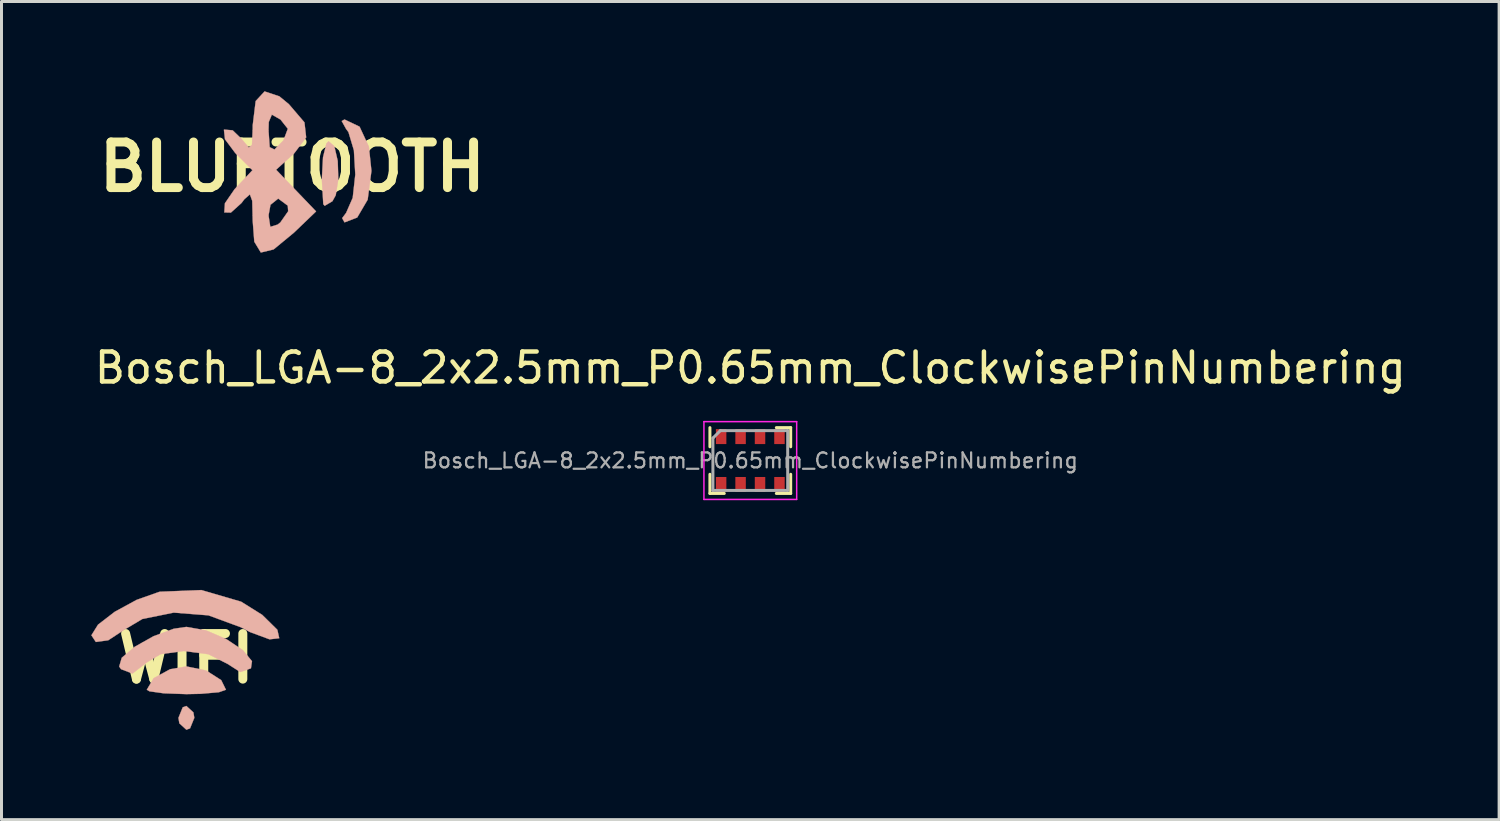
<source format=kicad_pcb>
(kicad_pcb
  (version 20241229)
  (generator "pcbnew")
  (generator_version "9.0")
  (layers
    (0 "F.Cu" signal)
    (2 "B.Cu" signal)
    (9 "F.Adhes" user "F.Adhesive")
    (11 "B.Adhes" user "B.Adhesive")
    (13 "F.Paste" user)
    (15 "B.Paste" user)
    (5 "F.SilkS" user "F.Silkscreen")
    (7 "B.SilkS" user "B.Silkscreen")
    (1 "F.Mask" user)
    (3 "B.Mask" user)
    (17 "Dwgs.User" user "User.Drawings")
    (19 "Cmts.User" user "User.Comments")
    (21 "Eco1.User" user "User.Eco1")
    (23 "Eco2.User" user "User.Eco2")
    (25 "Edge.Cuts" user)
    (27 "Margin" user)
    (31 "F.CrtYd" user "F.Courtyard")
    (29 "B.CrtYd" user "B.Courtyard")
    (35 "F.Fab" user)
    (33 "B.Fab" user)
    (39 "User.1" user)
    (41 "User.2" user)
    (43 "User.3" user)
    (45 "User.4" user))
  (footprint "BLUETOOTH"
    (layer "F.Cu")
    (at 6.72 2.531)
    (property "Reference" "BLUETOOTH" (at 0 0 0) (layer "F.SilkS") (effects (font (size 1.524 1.524) (thickness 0.3))))
    (attr through_hole)
    (fp_poly (pts (xy 1.406 -0.693) (xy 1.519 -0.203) (xy 1.539 0.41) (xy 1.453 0.943) (xy 1.342 1.145) (xy 1.084 1.298) (xy 1.036 1.244) (xy 0.988 0.413) (xy 1.027 -0.322) (xy 1.14 -0.786) (xy 1.213 -0.86) (xy 1.406 -0.693)) (stroke (width 0.01) (type solid)) (fill yes) (layer "B.SilkS"))
    (fp_poly (pts (xy 2.249 -1.347) (xy 2.561 -0.677) (xy 2.646 0.132) (xy 2.52 1.093) (xy 2.17 1.69) (xy 1.746 1.852) (xy 1.667 1.71) (xy 1.799 1.535) (xy 2.02 1.031) (xy 2.106 0.254) (xy 2.059 -0.558) (xy 1.877 -1.166) (xy 1.799 -1.27) (xy 1.652 -1.535) (xy 1.746 -1.587) (xy 2.249 -1.347)) (stroke (width 0.01) (type solid)) (fill yes) (layer "B.SilkS"))
    (fp_poly (pts (xy -0.43 -2.36) (xy -0.113 -2.098) (xy 0.407 -1.49) (xy 0.464 -0.988) (xy 0.068 -0.46) (xy -0.005 -0.392) (xy -0.54 0.092) (xy 0.128 0.789) (xy 0.796 1.486) (xy 0.053 2.198) (xy -0.624 2.756) (xy -1.051 2.86) (xy -1.27 2.498) (xy -1.323 1.802) (xy -1.327 1.62) (xy -0.794 1.62) (xy -0.735 2.002) (xy -0.488 1.925) (xy -0.4 1.855) (xy -0.138 1.482) (xy -0.151 1.293) (xy -0.47 1.057) (xy -0.729 1.265) (xy -0.794 1.62) (xy -1.327 1.62) (xy -1.339 1.132) (xy -1.417 0.917) (xy -1.605 1.082) (xy -1.698 1.206) (xy -2.052 1.525) (xy -2.272 1.52) (xy -2.252 1.214) (xy -1.929 0.744) (xy -1.902 0.715) (xy -1.332 0.108) (xy -1.908 -0.468) (xy -2.25 -0.926) (xy -2.285 -1.242) (xy -2.279 -1.249) (xy -1.992 -1.225) (xy -1.698 -0.941) (xy -1.453 -0.651) (xy -1.347 -0.741) (xy -1.326 -1.223) (xy -0.794 -1.223) (xy -0.755 -0.662) (xy -0.596 -0.584) (xy -0.294 -0.891) (xy -0.15 -1.277) (xy -0.394 -1.585) (xy -0.683 -1.749) (xy -0.786 -1.503) (xy -0.794 -1.223) (xy -1.326 -1.223) (xy -1.323 -1.282) (xy -1.323 -1.389) (xy -1.224 -2.203) (xy -0.926 -2.526) (xy -0.43 -2.36)) (stroke (width 0.01) (type solid)) (fill yes) (layer "B.SilkS")))
  (footprint "Bosch_LGA-8_2x2.5mm_P0.65mm_ClockwisePinNumbering"
    (layer "F.Cu")
    (at 22.03 12.344)
    (property "Reference" "Bosch_LGA-8_2x2.5mm_P0.65mm_ClockwisePinNumbering" (at 0 -3.1 0) (layer "F.SilkS") (effects (font (size 1 1) (thickness 0.15))))
    (attr smd)
    (fp_line (start -1.35 -0.46) (end -1.35 -1.1) (stroke (width 0.1) (type solid)) (layer "F.SilkS"))
    (fp_line (start -1.35 1.1) (end -1.35 0.46) (stroke (width 0.1) (type solid)) (layer "F.SilkS"))
    (fp_line (start -1.35 1.1) (end -0.87 1.1) (stroke (width 0.1) (type solid)) (layer "F.SilkS"))
    (fp_line (start 0.87 -1.1) (end 1.35 -1.1) (stroke (width 0.1) (type solid)) (layer "F.SilkS"))
    (fp_line (start 0.87 1.1) (end 1.35 1.1) (stroke (width 0.1) (type solid)) (layer "F.SilkS"))
    (fp_line (start 1.35 -0.46) (end 1.35 -1.1) (stroke (width 0.1) (type solid)) (layer "F.SilkS"))
    (fp_line (start 1.35 1.1) (end 1.35 0.46) (stroke (width 0.1) (type solid)) (layer "F.SilkS"))
    (fp_line (start -1.55 -1.3) (end 1.55 -1.3) (stroke (width 0.05) (type solid)) (layer "F.CrtYd"))
    (fp_line (start -1.55 1.3) (end -1.55 -1.3) (stroke (width 0.05) (type solid)) (layer "F.CrtYd"))
    (fp_line (start 1.55 -1.3) (end 1.55 1.3) (stroke (width 0.05) (type solid)) (layer "F.CrtYd"))
    (fp_line (start 1.55 1.3) (end -1.55 1.3) (stroke (width 0.05) (type solid)) (layer "F.CrtYd"))
    (fp_line (start -1.25 1) (end -1.25 -0.75) (stroke (width 0.1) (type solid)) (layer "F.Fab"))
    (fp_line (start -1.25 1) (end 1.25 1) (stroke (width 0.1) (type solid)) (layer "F.Fab"))
    (fp_line (start -1 -1) (end -1.25 -0.75) (stroke (width 0.1) (type solid)) (layer "F.Fab"))
    (fp_line (start 1.25 -1) (end -1 -1) (stroke (width 0.1) (type solid)) (layer "F.Fab"))
    (fp_line (start 1.25 -1) (end 1.25 1) (stroke (width 0.1) (type solid)) (layer "F.Fab"))
    (fp_text user "${REFERENCE}" (at 0 0 0) (layer "F.Fab") (effects (font (size 0.5 0.5) (thickness 0.075))))
    (pad "1" smd rect (at -0.975 -0.8 90) (size 0.5 0.35) (layers "F.Cu" "F.Mask" "F.Paste"))
    (pad "2" smd rect (at -0.325 -0.8 90) (size 0.5 0.35) (layers "F.Cu" "F.Mask" "F.Paste"))
    (pad "3" smd rect (at 0.325 -0.8 90) (size 0.5 0.35) (layers "F.Cu" "F.Mask" "F.Paste"))
    (pad "4" smd rect (at 0.975 -0.8 90) (size 0.5 0.35) (layers "F.Cu" "F.Mask" "F.Paste"))
    (pad "5" smd rect (at 0.975 0.8 90) (size 0.5 0.35) (layers "F.Cu" "F.Mask" "F.Paste"))
    (pad "6" smd rect (at 0.325 0.8 90) (size 0.5 0.35) (layers "F.Cu" "F.Mask" "F.Paste"))
    (pad "7" smd rect (at -0.325 0.8 90) (size 0.5 0.35) (layers "F.Cu" "F.Mask" "F.Paste"))
    (pad "8" smd rect (at -0.975 0.8 90) (size 0.5 0.35) (layers "F.Cu" "F.Mask" "F.Paste")))
  (footprint "WIFI"
    (layer "F.Cu")
    (at 3.18 18.961)
    (property "Reference" "WIFI" (at 0 0 0) (layer "F.SilkS") (effects (font (size 1.524 1.524) (thickness 0.3))))
    (attr through_hole)
    (fp_poly (pts (xy 0.235 1.802) (xy 0.265 1.984) (xy 0.122 2.336) (xy 0 2.381) (xy -0.235 2.167) (xy -0.265 1.984) (xy -0.122 1.632) (xy 0 1.587) (xy 0.235 1.802)) (stroke (width 0.01) (type solid)) (fill yes) (layer "B.SilkS"))
    (fp_poly (pts (xy 0.658 0.4) (xy 1.165 0.724) (xy 1.323 1.045) (xy 1.085 1.128) (xy 0.476 1.181) (xy 0 1.191) (xy -0.755 1.164) (xy -1.234 1.097) (xy -1.323 1.045) (xy -1.093 0.657) (xy -0.543 0.358) (xy 0 0.265) (xy 0.658 0.4)) (stroke (width 0.01) (type solid)) (fill yes) (layer "B.SilkS"))
    (fp_poly (pts (xy 0.654 -0.941) (xy 1.329 -0.652) (xy 1.888 -0.279) (xy 2.193 0.09) (xy 2.158 0.329) (xy 1.803 0.453) (xy 1.374 0.179) (xy 0.736 -0.142) (xy -0.086 -0.251) (xy -0.862 -0.144) (xy -1.323 0.132) (xy -1.801 0.503) (xy -2.184 0.357) (xy -2.246 0.269) (xy -2.16 -0.025) (xy -1.725 -0.393) (xy -1.095 -0.747) (xy -0.423 -0.994) (xy 0 -1.056) (xy 0.654 -0.941)) (stroke (width 0.01) (type solid)) (fill yes) (layer "B.SilkS"))
    (fp_poly (pts (xy 1.832 -1.898) (xy 2.536 -1.458) (xy 3.041 -0.96) (xy 3.104 -0.677) (xy 2.78 -0.641) (xy 2.124 -0.884) (xy 1.823 -1.043) (xy 0.737 -1.442) (xy -0.424 -1.533) (xy -1.473 -1.32) (xy -2.082 -0.957) (xy -2.612 -0.609) (xy -3.026 -0.552) (xy -3.175 -0.776) (xy -2.953 -1.132) (xy -2.394 -1.562) (xy -1.663 -1.96) (xy -0.921 -2.223) (xy -0.882 -2.232) (xy 0.502 -2.287) (xy 1.832 -1.898)) (stroke (width 0.01) (type solid)) (fill yes) (layer "B.SilkS")))
  (gr_rect
    (start -3 -3)
    (end 47.06 24.347)
    (stroke (width 0.1) (type default))
    (fill no)
    (layer "Edge.Cuts")))
</source>
